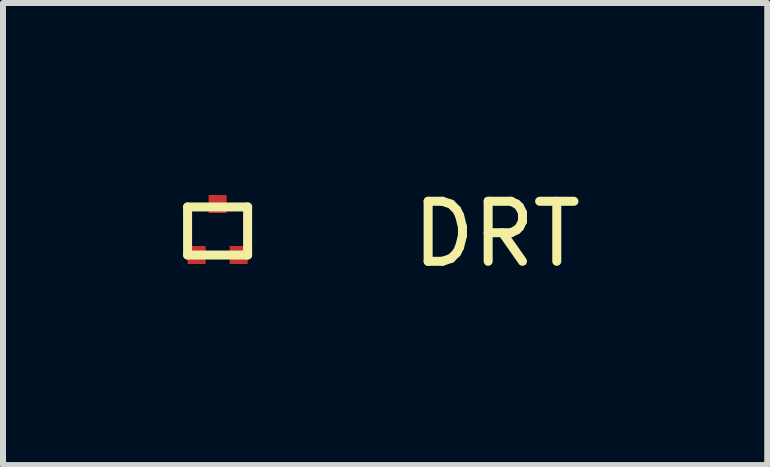
<source format=kicad_pcb>
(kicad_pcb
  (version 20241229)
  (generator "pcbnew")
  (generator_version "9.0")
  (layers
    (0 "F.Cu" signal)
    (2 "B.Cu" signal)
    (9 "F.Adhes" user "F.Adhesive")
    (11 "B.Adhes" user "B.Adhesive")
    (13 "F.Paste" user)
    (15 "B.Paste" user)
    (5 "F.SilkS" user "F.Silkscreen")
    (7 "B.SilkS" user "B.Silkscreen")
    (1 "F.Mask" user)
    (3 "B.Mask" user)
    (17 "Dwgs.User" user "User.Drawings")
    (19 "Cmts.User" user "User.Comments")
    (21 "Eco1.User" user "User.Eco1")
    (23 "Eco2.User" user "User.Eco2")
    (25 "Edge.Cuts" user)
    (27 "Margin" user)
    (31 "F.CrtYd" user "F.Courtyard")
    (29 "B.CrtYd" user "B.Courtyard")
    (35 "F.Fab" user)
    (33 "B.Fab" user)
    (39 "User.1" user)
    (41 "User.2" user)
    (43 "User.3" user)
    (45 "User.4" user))
  (footprint "DRT"
    (layer "F.Cu")
    (at 0.575 0.798)
    (property "Reference" "DRT" (at 4.65 0.05 0) (layer "F.SilkS") (effects (font (size 1 1) (thickness 0.15))))
    (attr through_hole)
    (fp_line (start -0.5 -0.4) (end 0.5 -0.4) (stroke (width 0.15) (type solid)) (layer "F.SilkS"))
    (fp_line (start -0.5 0.4) (end -0.5 -0.4) (stroke (width 0.15) (type solid)) (layer "F.SilkS"))
    (fp_line (start 0.5 -0.4) (end 0.5 0.4) (stroke (width 0.15) (type solid)) (layer "F.SilkS"))
    (fp_line (start 0.5 0.4) (end -0.5 0.4) (stroke (width 0.15) (type solid)) (layer "F.SilkS"))
    (pad "1" smd rect (at -0.35 0.4) (size 0.3 0.3) (layers "F.Cu" "F.Mask" "F.Paste"))
    (pad "2" smd rect (at 0.35 0.4) (size 0.3 0.3) (layers "F.Cu" "F.Mask" "F.Paste"))
    (pad "3" smd rect (at 0 -0.45) (size 0.3 0.3) (layers "F.Cu" "F.Mask" "F.Paste")))
  (gr_rect
    (start -3 -3)
    (end 9.731 4.697)
    (stroke (width 0.1) (type default))
    (fill no)
    (layer "Edge.Cuts")))
</source>
